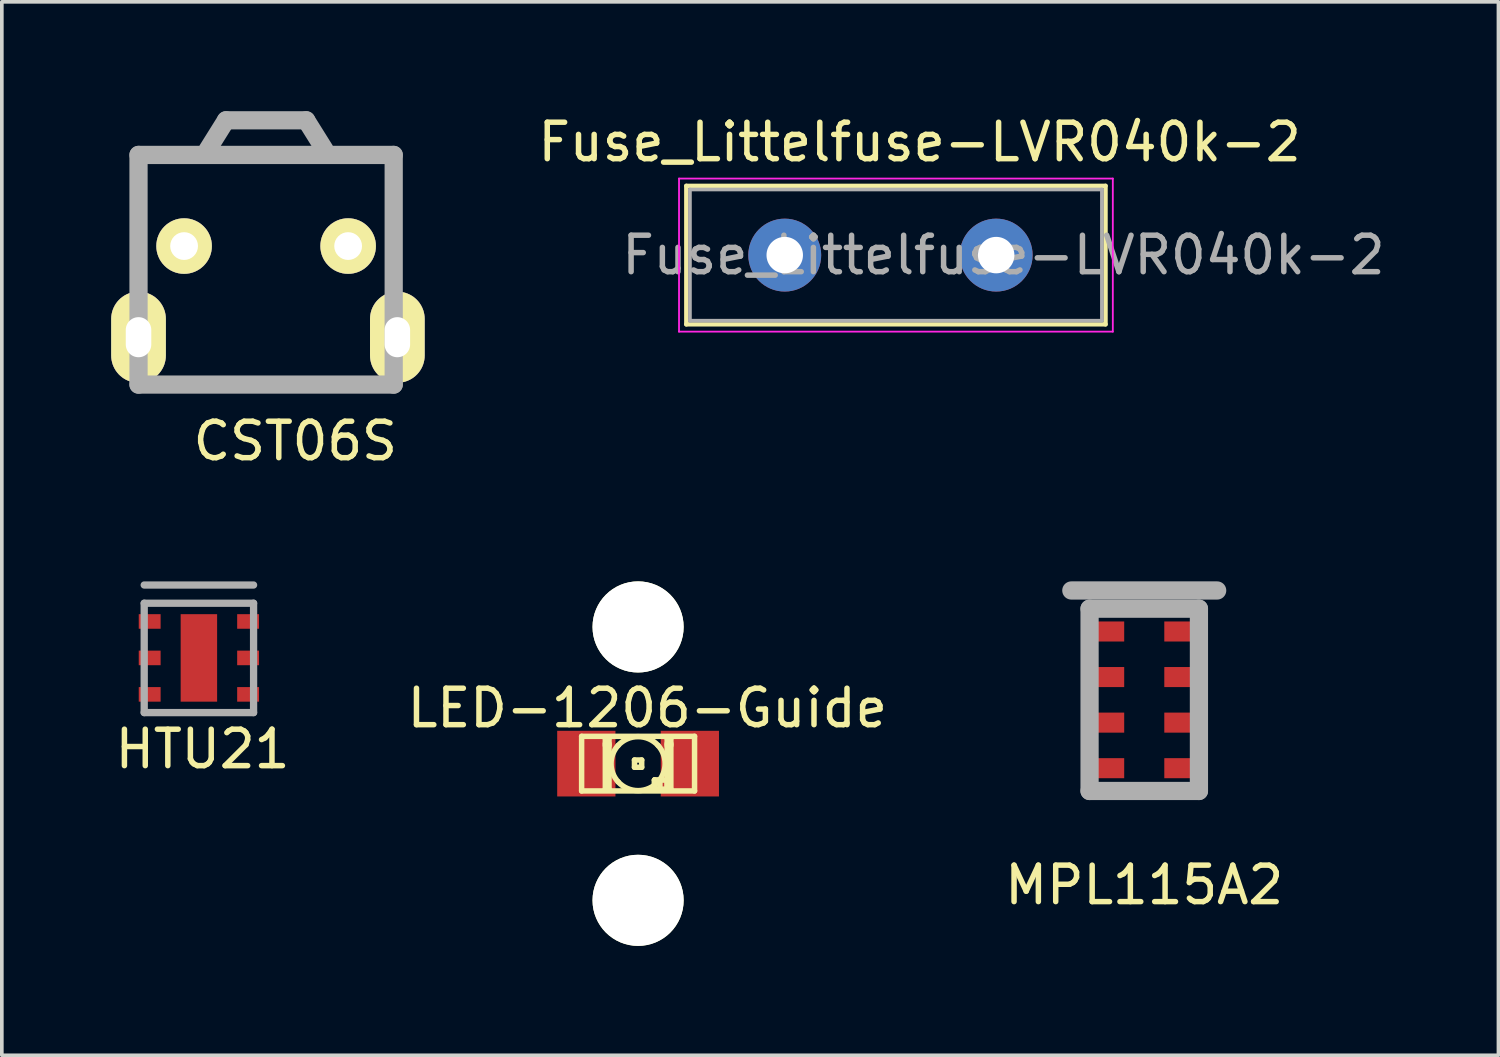
<source format=kicad_pcb>
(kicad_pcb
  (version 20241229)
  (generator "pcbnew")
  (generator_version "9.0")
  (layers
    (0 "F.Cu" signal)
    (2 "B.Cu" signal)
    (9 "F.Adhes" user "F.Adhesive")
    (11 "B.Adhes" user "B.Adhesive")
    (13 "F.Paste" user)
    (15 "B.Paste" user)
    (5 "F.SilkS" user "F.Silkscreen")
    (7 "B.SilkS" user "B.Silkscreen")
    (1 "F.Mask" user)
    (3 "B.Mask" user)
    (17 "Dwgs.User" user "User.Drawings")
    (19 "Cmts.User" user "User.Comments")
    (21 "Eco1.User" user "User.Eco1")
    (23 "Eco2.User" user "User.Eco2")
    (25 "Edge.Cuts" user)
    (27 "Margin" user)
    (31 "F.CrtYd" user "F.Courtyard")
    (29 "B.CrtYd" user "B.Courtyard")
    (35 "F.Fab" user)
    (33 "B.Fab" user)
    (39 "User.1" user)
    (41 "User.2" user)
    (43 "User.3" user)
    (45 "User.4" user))
  (footprint "LED-1206-Guide"
    (layer "F.Cu")
    (at 14.454 17.898)
    (property "Reference" "LED-1206-Guide" (at 0.254 -1.524 0) (layer "F.SilkS") (effects (font (size 1 1) (thickness 0.15))))
    (attr smd)
    (fp_line (start -1.549 -0.749) (end 1.549 -0.749) (stroke (width 0.15) (type solid)) (layer "F.SilkS"))
    (fp_line (start -1.549 0.749) (end -1.549 -0.749) (stroke (width 0.15) (type solid)) (layer "F.SilkS"))
    (fp_line (start -0.899 -0.699) (end -0.798 -0.699) (stroke (width 0.15) (type solid)) (layer "F.SilkS"))
    (fp_line (start -0.899 -0.549) (end -0.899 -0.699) (stroke (width 0.15) (type solid)) (layer "F.SilkS"))
    (fp_line (start -0.899 -0.549) (end -0.798 -0.549) (stroke (width 0.15) (type solid)) (layer "F.SilkS"))
    (fp_line (start -0.899 -0.498) (end -0.798 -0.498) (stroke (width 0.15) (type solid)) (layer "F.SilkS"))
    (fp_line (start -0.899 0.699) (end -0.899 -0.498) (stroke (width 0.15) (type solid)) (layer "F.SilkS"))
    (fp_line (start -0.899 0.699) (end -0.798 0.699) (stroke (width 0.15) (type solid)) (layer "F.SilkS"))
    (fp_line (start -0.798 -0.549) (end -0.798 -0.699) (stroke (width 0.15) (type solid)) (layer "F.SilkS"))
    (fp_line (start -0.798 0.699) (end -0.798 -0.498) (stroke (width 0.15) (type solid)) (layer "F.SilkS"))
    (fp_line (start -0.099 -0.099) (end 0.099 -0.099) (stroke (width 0.15) (type solid)) (layer "F.SilkS"))
    (fp_line (start -0.099 0.099) (end -0.099 -0.099) (stroke (width 0.15) (type solid)) (layer "F.SilkS"))
    (fp_line (start -0.099 0.099) (end 0.099 0.099) (stroke (width 0.15) (type solid)) (layer "F.SilkS"))
    (fp_line (start 0.099 0.099) (end 0.099 -0.099) (stroke (width 0.15) (type solid)) (layer "F.SilkS"))
    (fp_line (start 0.45 0.45) (end 0.599 0.45) (stroke (width 0.15) (type solid)) (layer "F.SilkS"))
    (fp_line (start 0.45 0.45) (end 0.798 0.45) (stroke (width 0.15) (type solid)) (layer "F.SilkS"))
    (fp_line (start 0.45 0.699) (end 0.45 0.45) (stroke (width 0.15) (type solid)) (layer "F.SilkS"))
    (fp_line (start 0.45 0.699) (end 0.45 0.45) (stroke (width 0.15) (type solid)) (layer "F.SilkS"))
    (fp_line (start 0.45 0.699) (end 0.599 0.699) (stroke (width 0.15) (type solid)) (layer "F.SilkS"))
    (fp_line (start 0.45 0.699) (end 0.798 0.699) (stroke (width 0.15) (type solid)) (layer "F.SilkS"))
    (fp_line (start 0.599 0.699) (end 0.599 0.45) (stroke (width 0.15) (type solid)) (layer "F.SilkS"))
    (fp_line (start 0.798 -0.699) (end 0.899 -0.699) (stroke (width 0.15) (type solid)) (layer "F.SilkS"))
    (fp_line (start 0.798 -0.549) (end 0.798 -0.699) (stroke (width 0.15) (type solid)) (layer "F.SilkS"))
    (fp_line (start 0.798 -0.549) (end 0.899 -0.549) (stroke (width 0.15) (type solid)) (layer "F.SilkS"))
    (fp_line (start 0.798 -0.498) (end 0.899 -0.498) (stroke (width 0.15) (type solid)) (layer "F.SilkS"))
    (fp_line (start 0.798 0.699) (end 0.798 -0.498) (stroke (width 0.15) (type solid)) (layer "F.SilkS"))
    (fp_line (start 0.798 0.699) (end 0.798 0.45) (stroke (width 0.15) (type solid)) (layer "F.SilkS"))
    (fp_line (start 0.798 0.699) (end 0.899 0.699) (stroke (width 0.15) (type solid)) (layer "F.SilkS"))
    (fp_line (start 0.899 -0.549) (end 0.899 -0.699) (stroke (width 0.15) (type solid)) (layer "F.SilkS"))
    (fp_line (start 0.899 0.699) (end 0.899 -0.498) (stroke (width 0.15) (type solid)) (layer "F.SilkS"))
    (fp_line (start 1.549 -0.749) (end 1.549 0.749) (stroke (width 0.15) (type solid)) (layer "F.SilkS"))
    (fp_line (start 1.549 0.749) (end -1.549 0.749) (stroke (width 0.15) (type solid)) (layer "F.SilkS"))
    (fp_arc (start -0.54864 -0.49784) (mid -0.001024 -0.740844) (end 0.547262 -0.499354) (stroke (width 0.15) (type solid)) (layer "F.SilkS"))
    (fp_arc (start -0.54864 0.49784) (mid -0.740844 -0.000377) (end -0.548133 -0.498398) (stroke (width 0.15) (type solid)) (layer "F.SilkS"))
    (fp_arc (start 0.54864 -0.49784) (mid 0.740844 0.000377) (end 0.548133 0.498398) (stroke (width 0.15) (type solid)) (layer "F.SilkS"))
    (fp_arc (start 0.54864 0.49784) (mid 0.001024 0.740844) (end -0.547262 0.499354) (stroke (width 0.15) (type solid)) (layer "F.SilkS"))
    (pad "" np_thru_hole circle (at 0 -3.75) (size 2.5 2.5) (drill 2.5) (layers "*.Cu" "*.Mask" "F.SilkS"))
    (pad "" np_thru_hole circle (at 0 3.75) (size 2.5 2.5) (drill 2.5) (layers "*.Cu" "*.Mask" "F.SilkS"))
    (pad "1" smd rect (at -1.42 0) (size 1.598 1.801) (layers "F.Cu" "F.Mask" "F.Paste"))
    (pad "2" smd rect (at 1.42 0) (size 1.598 1.801) (layers "F.Cu" "F.Mask" "F.Paste")))
  (footprint "Fuse_Littelfuse-LVR040k-2"
    (layer "F.Cu")
    (at 18.477 3.948)
    (property "Reference" "Fuse_Littelfuse-LVR040k-2" (at 3.7 -3.1 0) (layer "F.SilkS") (effects (font (size 1 1) (thickness 0.15))))
    (attr through_hole)
    (fp_line (start -2.7 -1.9) (end -2.7 1.9) (stroke (width 0.12) (type solid)) (layer "F.SilkS"))
    (fp_line (start -2.7 -1.9) (end 8.8 -1.9) (stroke (width 0.12) (type solid)) (layer "F.SilkS"))
    (fp_line (start 8.8 1.9) (end -2.7 1.9) (stroke (width 0.12) (type solid)) (layer "F.SilkS"))
    (fp_line (start 8.8 1.9) (end 8.8 -1.9) (stroke (width 0.12) (type solid)) (layer "F.SilkS"))
    (fp_line (start -2.9 -2.1) (end -2.9 2.1) (stroke (width 0.05) (type solid)) (layer "F.CrtYd"))
    (fp_line (start -2.9 -2.1) (end 9 -2.1) (stroke (width 0.05) (type solid)) (layer "F.CrtYd"))
    (fp_line (start 9 2.1) (end -2.9 2.1) (stroke (width 0.05) (type solid)) (layer "F.CrtYd"))
    (fp_line (start 9 2.1) (end 9 -2.1) (stroke (width 0.05) (type solid)) (layer "F.CrtYd"))
    (fp_line (start -2.6 -1.8) (end -2.6 1.8) (stroke (width 0.1) (type solid)) (layer "F.Fab"))
    (fp_line (start -2.6 1.8) (end 8.7 1.8) (stroke (width 0.1) (type solid)) (layer "F.Fab"))
    (fp_line (start 8.7 -1.8) (end -2.6 -1.8) (stroke (width 0.1) (type solid)) (layer "F.Fab"))
    (fp_line (start 8.7 1.8) (end 8.7 -1.8) (stroke (width 0.1) (type solid)) (layer "F.Fab"))
    (fp_text user "${REFERENCE}" (at 6 0 0) (layer "F.Fab") (effects (font (size 1 1) (thickness 0.15))))
    (pad "1" thru_hole circle (at 0 0) (size 2 2) (drill 1) (layers "*.Cu" "*.Mask"))
    (pad "2" thru_hole circle (at 5.8 0) (size 2 2) (drill 1) (layers "*.Cu" "*.Mask")))
  (footprint "CST06S"
    (layer "F.Cu")
    (at 4.25 4.35)
    (property "Reference" "CST06S" (at 0.8 4.7 0) (layer "F.SilkS") (effects (font (size 1 1) (thickness 0.15))))
    (attr through_hole)
    (fp_line (start -3.5 -3.15) (end 3.5 -3.15) (stroke (width 0.5) (type solid)) (layer "F.Fab"))
    (fp_line (start -3.5 3.15) (end -3.5 -3.15) (stroke (width 0.5) (type solid)) (layer "F.Fab"))
    (fp_line (start -1.1 -4.1) (end -1.6 -3.3) (stroke (width 0.5) (type solid)) (layer "F.Fab"))
    (fp_line (start 1.1 -4.1) (end -1.1 -4.1) (stroke (width 0.5) (type solid)) (layer "F.Fab"))
    (fp_line (start 1.6 -3.3) (end 1.1 -4.1) (stroke (width 0.5) (type solid)) (layer "F.Fab"))
    (fp_line (start 3.5 -3.15) (end 3.5 3.15) (stroke (width 0.5) (type solid)) (layer "F.Fab"))
    (fp_line (start 3.5 3.15) (end -3.5 3.15) (stroke (width 0.5) (type solid)) (layer "F.Fab"))
    (pad "" np_thru_hole oval (at -3.5 1.85) (size 1.5 2.5) (drill oval 0.7 1.1) (layers "*.Cu" "*.Mask" "F.SilkS"))
    (pad "" np_thru_hole oval (at 3.6 1.85) (size 1.5 2.5) (drill oval 0.7 1.1) (layers "*.Cu" "*.Mask" "F.SilkS"))
    (pad "1" thru_hole circle (at 2.25 -0.65) (size 1.524 1.524) (drill 0.762) (layers "*.Cu" "*.Mask" "F.SilkS"))
    (pad "2" thru_hole circle (at -2.25 -0.65) (size 1.524 1.524) (drill 0.762) (layers "*.Cu" "*.Mask" "F.SilkS")))
  (footprint "MPL115A2"
    (layer "F.Cu")
    (at 28.339 16.148)
    (property "Reference" "MPL115A2" (at 0 5.08 0) (layer "F.SilkS") (effects (font (size 1 1) (thickness 0.15))))
    (attr through_hole)
    (fp_line (start -2 -3) (end 2 -3) (stroke (width 0.5) (type solid)) (layer "F.Fab"))
    (fp_line (start -1.5 -2.5) (end 1.5 -2.5) (stroke (width 0.5) (type solid)) (layer "F.Fab"))
    (fp_line (start -1.5 2.5) (end -1.5 -2.5) (stroke (width 0.5) (type solid)) (layer "F.Fab"))
    (fp_line (start 1.5 -2.5) (end 1.5 2.5) (stroke (width 0.5) (type solid)) (layer "F.Fab"))
    (fp_line (start 1.5 2.5) (end -1.5 2.5) (stroke (width 0.5) (type solid)) (layer "F.Fab"))
    (pad "1" smd rect (at -1.025 -1.875) (size 0.95 0.55) (layers "F.Cu" "F.Mask" "F.Paste"))
    (pad "2" smd rect (at -1.025 -0.625) (size 0.95 0.55) (layers "F.Cu" "F.Mask" "F.Paste"))
    (pad "3" smd rect (at -1.025 0.625) (size 0.95 0.55) (layers "F.Cu" "F.Mask" "F.Paste"))
    (pad "4" smd rect (at -1.025 1.875) (size 0.95 0.55) (layers "F.Cu" "F.Mask" "F.Paste"))
    (pad "5" smd rect (at 1.025 1.875) (size 0.95 0.55) (layers "F.Cu" "F.Mask" "F.Paste"))
    (pad "6" smd rect (at 1.025 0.625) (size 0.95 0.55) (layers "F.Cu" "F.Mask" "F.Paste"))
    (pad "7" smd rect (at 1.025 -0.625) (size 0.95 0.55) (layers "F.Cu" "F.Mask" "F.Paste"))
    (pad "8" smd rect (at 1.025 -1.875) (size 0.95 0.55) (layers "F.Cu" "F.Mask" "F.Paste")))
  (footprint "HTU21"
    (layer "F.Cu")
    (at 2.406 14.998)
    (property "Reference" "HTU21" (at 0.1 2.5 0) (layer "F.SilkS") (effects (font (size 1 1) (thickness 0.15))))
    (attr through_hole)
    (fp_line (start -1.5 -1.5) (end -1.5 1.5) (stroke (width 0.2) (type solid)) (layer "F.Fab"))
    (fp_line (start -1.5 1.5) (end 1.5 1.5) (stroke (width 0.2) (type solid)) (layer "F.Fab"))
    (fp_line (start 1.5 -2) (end -1.5 -2) (stroke (width 0.2) (type solid)) (layer "F.Fab"))
    (fp_line (start 1.5 -1.5) (end -1.5 -1.5) (stroke (width 0.2) (type solid)) (layer "F.Fab"))
    (fp_line (start 1.5 1.5) (end 1.5 -1.5) (stroke (width 0.2) (type solid)) (layer "F.Fab"))
    (pad "1" smd rect (at -1.35 -1) (size 0.6 0.4) (layers "F.Cu" "F.Mask" "F.Paste"))
    (pad "2" smd rect (at -1.35 0) (size 0.6 0.4) (layers "F.Cu" "F.Mask" "F.Paste"))
    (pad "3" smd rect (at -1.35 1) (size 0.6 0.4) (layers "F.Cu" "F.Mask" "F.Paste"))
    (pad "4" smd rect (at 1.35 1) (size 0.6 0.4) (layers "F.Cu" "F.Mask" "F.Paste"))
    (pad "5" smd rect (at 1.35 0) (size 0.6 0.4) (layers "F.Cu" "F.Mask" "F.Paste"))
    (pad "6" smd rect (at 1.35 -1) (size 0.6 0.4) (layers "F.Cu" "F.Mask" "F.Paste"))
    (pad "7" smd rect (at 0 0) (size 1 2.4) (layers "F.Cu" "F.Mask" "F.Paste")))
  (gr_rect
    (start -3 -3)
    (end 38.055 25.898)
    (stroke (width 0.1) (type default))
    (fill no)
    (layer "Edge.Cuts")))
</source>
